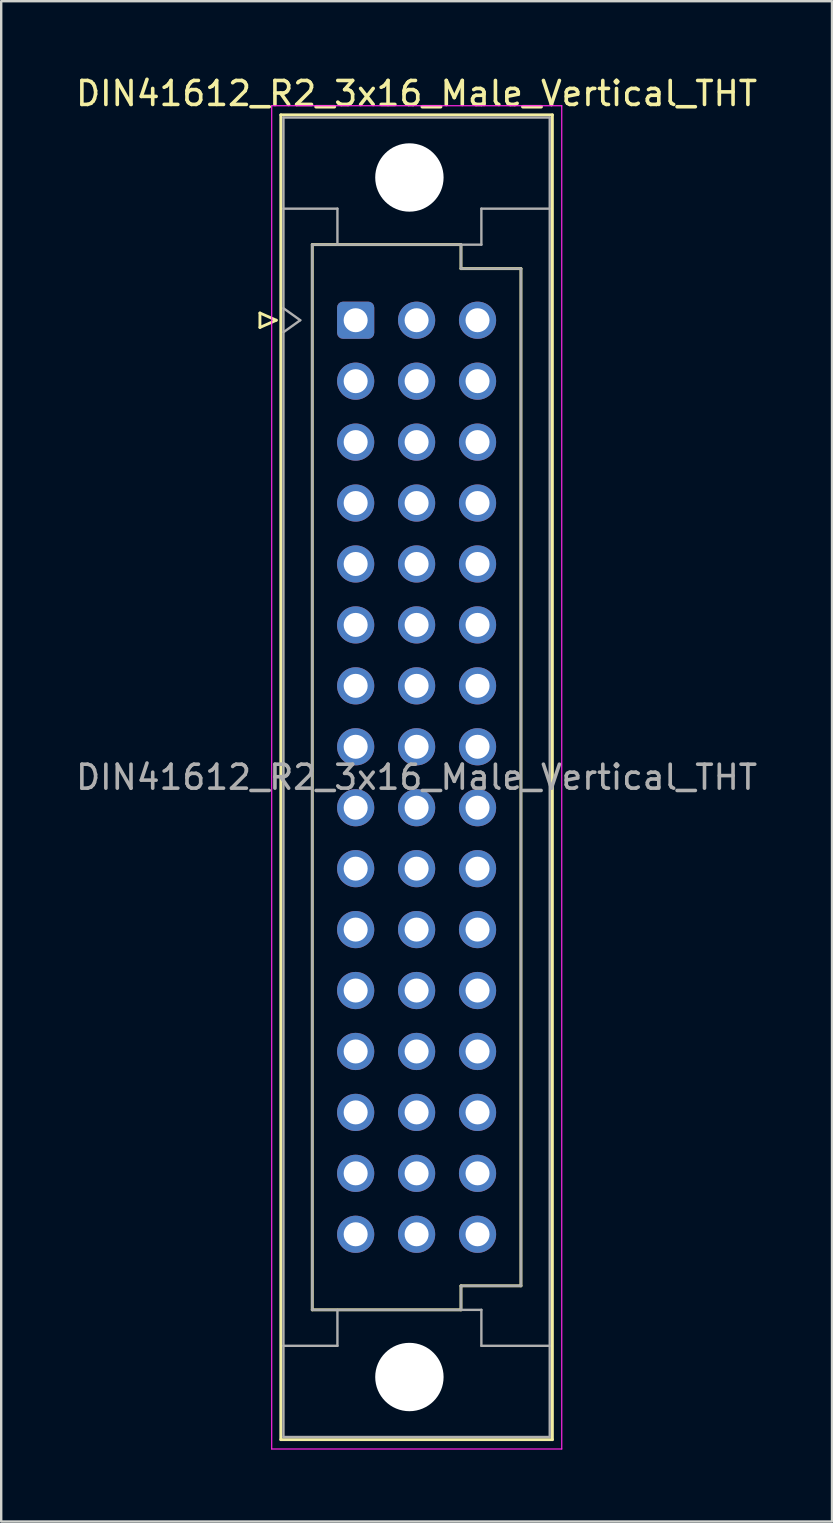
<source format=kicad_pcb>
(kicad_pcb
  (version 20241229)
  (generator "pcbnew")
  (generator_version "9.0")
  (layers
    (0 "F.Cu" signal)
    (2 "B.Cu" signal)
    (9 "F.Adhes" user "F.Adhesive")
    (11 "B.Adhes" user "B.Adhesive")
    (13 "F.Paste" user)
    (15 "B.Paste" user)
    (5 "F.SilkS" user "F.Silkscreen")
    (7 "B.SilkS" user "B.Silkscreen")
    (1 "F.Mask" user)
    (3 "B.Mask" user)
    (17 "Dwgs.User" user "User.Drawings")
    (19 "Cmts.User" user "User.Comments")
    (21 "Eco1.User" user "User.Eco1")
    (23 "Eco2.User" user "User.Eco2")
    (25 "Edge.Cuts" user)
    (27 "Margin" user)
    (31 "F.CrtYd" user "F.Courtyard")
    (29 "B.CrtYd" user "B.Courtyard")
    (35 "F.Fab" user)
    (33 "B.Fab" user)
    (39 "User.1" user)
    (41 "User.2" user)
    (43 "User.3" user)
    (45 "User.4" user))
  (footprint "DIN41612_R2_3x16_Male_Vertical_THT"
    (layer "F.Cu")
    (at 11.775 10.298)
    (property "Reference" "DIN41612_R2_3x16_Male_Vertical_THT" (at 2.54 -9.45 0) (layer "F.SilkS") (effects (font (size 1 1) (thickness 0.15))))
    (attr through_hole)
    (fp_line (start -3.99 -0.3) (end -3.99 0.3) (stroke (width 0.12) (type solid)) (layer "F.SilkS"))
    (fp_line (start -3.99 0.3) (end -3.31 0) (stroke (width 0.12) (type solid)) (layer "F.SilkS"))
    (fp_line (start -3.31 0) (end -3.99 -0.3) (stroke (width 0.12) (type solid)) (layer "F.SilkS"))
    (fp_line (start -3.12 -8.56) (end 8.2 -8.56) (stroke (width 0.12) (type solid)) (layer "F.SilkS"))
    (fp_line (start -3.12 46.66) (end -3.12 -8.56) (stroke (width 0.12) (type solid)) (layer "F.SilkS"))
    (fp_line (start -1.81 -3.15) (end 4.39 -3.15) (stroke (width 0.12) (type solid)) (layer "F.SilkS"))
    (fp_line (start -1.81 41.25) (end -1.81 -3.15) (stroke (width 0.12) (type solid)) (layer "F.SilkS"))
    (fp_line (start 4.39 -3.15) (end 4.39 -2.15) (stroke (width 0.12) (type solid)) (layer "F.SilkS"))
    (fp_line (start 4.39 -2.15) (end 6.89 -2.15) (stroke (width 0.12) (type solid)) (layer "F.SilkS"))
    (fp_line (start 4.39 40.25) (end 4.39 41.25) (stroke (width 0.12) (type solid)) (layer "F.SilkS"))
    (fp_line (start 4.39 41.25) (end -1.81 41.25) (stroke (width 0.12) (type solid)) (layer "F.SilkS"))
    (fp_line (start 6.89 -2.15) (end 6.89 40.25) (stroke (width 0.12) (type solid)) (layer "F.SilkS"))
    (fp_line (start 6.89 40.25) (end 4.39 40.25) (stroke (width 0.12) (type solid)) (layer "F.SilkS"))
    (fp_line (start 8.2 -8.56) (end 8.2 46.66) (stroke (width 0.12) (type solid)) (layer "F.SilkS"))
    (fp_line (start 8.2 46.66) (end -3.12 46.66) (stroke (width 0.12) (type solid)) (layer "F.SilkS"))
    (fp_line (start -3.5 -8.94) (end 8.59 -8.94) (stroke (width 0.05) (type solid)) (layer "F.CrtYd"))
    (fp_line (start -3.5 47.05) (end -3.5 -8.94) (stroke (width 0.05) (type solid)) (layer "F.CrtYd"))
    (fp_line (start 8.59 -8.94) (end 8.59 47.05) (stroke (width 0.05) (type solid)) (layer "F.CrtYd"))
    (fp_line (start 8.59 47.05) (end -3.5 47.05) (stroke (width 0.05) (type solid)) (layer "F.CrtYd"))
    (fp_line (start -3.01 -8.45) (end 8.09 -8.45) (stroke (width 0.1) (type solid)) (layer "F.Fab"))
    (fp_line (start -3.01 -4.65) (end -0.76 -4.65) (stroke (width 0.1) (type solid)) (layer "F.Fab"))
    (fp_line (start -3.01 -0.5) (end -2.31 0) (stroke (width 0.1) (type solid)) (layer "F.Fab"))
    (fp_line (start -3.01 42.75) (end -0.76 42.75) (stroke (width 0.1) (type solid)) (layer "F.Fab"))
    (fp_line (start -3.01 46.55) (end -3.01 -8.45) (stroke (width 0.1) (type solid)) (layer "F.Fab"))
    (fp_line (start -2.31 0) (end -3.01 0.5) (stroke (width 0.1) (type solid)) (layer "F.Fab"))
    (fp_line (start -1.81 -3.15) (end 4.39 -3.15) (stroke (width 0.1) (type solid)) (layer "F.Fab"))
    (fp_line (start -1.81 41.25) (end -1.81 -3.15) (stroke (width 0.1) (type solid)) (layer "F.Fab"))
    (fp_line (start -0.76 -4.65) (end -0.76 -3.15) (stroke (width 0.1) (type solid)) (layer "F.Fab"))
    (fp_line (start -0.76 42.75) (end -0.76 41.25) (stroke (width 0.1) (type solid)) (layer "F.Fab"))
    (fp_line (start 4.39 -3.15) (end 4.39 -2.15) (stroke (width 0.1) (type solid)) (layer "F.Fab"))
    (fp_line (start 4.39 -3.15) (end 5.24 -3.15) (stroke (width 0.1) (type solid)) (layer "F.Fab"))
    (fp_line (start 4.39 -2.15) (end 6.89 -2.15) (stroke (width 0.1) (type solid)) (layer "F.Fab"))
    (fp_line (start 4.39 40.25) (end 4.39 41.25) (stroke (width 0.1) (type solid)) (layer "F.Fab"))
    (fp_line (start 4.39 41.25) (end -1.81 41.25) (stroke (width 0.1) (type solid)) (layer "F.Fab"))
    (fp_line (start 4.39 41.25) (end 5.24 41.25) (stroke (width 0.1) (type solid)) (layer "F.Fab"))
    (fp_line (start 5.24 -4.65) (end 8.09 -4.65) (stroke (width 0.1) (type solid)) (layer "F.Fab"))
    (fp_line (start 5.24 -3.15) (end 5.24 -4.65) (stroke (width 0.1) (type solid)) (layer "F.Fab"))
    (fp_line (start 5.24 41.25) (end 5.24 42.75) (stroke (width 0.1) (type solid)) (layer "F.Fab"))
    (fp_line (start 5.24 42.75) (end 8.09 42.75) (stroke (width 0.1) (type solid)) (layer "F.Fab"))
    (fp_line (start 6.89 -2.15) (end 6.89 40.25) (stroke (width 0.1) (type solid)) (layer "F.Fab"))
    (fp_line (start 6.89 40.25) (end 4.39 40.25) (stroke (width 0.1) (type solid)) (layer "F.Fab"))
    (fp_line (start 8.09 -8.45) (end 8.09 46.55) (stroke (width 0.1) (type solid)) (layer "F.Fab"))
    (fp_line (start 8.09 46.55) (end -3.01 46.55) (stroke (width 0.1) (type solid)) (layer "F.Fab"))
    (fp_text user "${REFERENCE}" (at 2.54 19.05 0) (layer "F.Fab") (effects (font (size 1 1) (thickness 0.15))))
    (pad "" np_thru_hole circle (at 2.24 -5.95) (size 2.85 2.85) (drill 2.85) (layers "*.Cu" "*.Mask"))
    (pad "" np_thru_hole circle (at 2.24 44.05) (size 2.85 2.85) (drill 2.85) (layers "*.Cu" "*.Mask"))
    (pad "A1" thru_hole roundrect (at 0 0) (size 1.55 1.55) (drill 1) (layers "*.Cu" "*.Mask") (roundrect_rratio 0.161))
    (pad "A2" thru_hole circle (at 0 2.54) (size 1.55 1.55) (drill 1) (layers "*.Cu" "*.Mask"))
    (pad "A3" thru_hole circle (at 0 5.08) (size 1.55 1.55) (drill 1) (layers "*.Cu" "*.Mask"))
    (pad "A4" thru_hole circle (at 0 7.62) (size 1.55 1.55) (drill 1) (layers "*.Cu" "*.Mask"))
    (pad "A5" thru_hole circle (at 0 10.16) (size 1.55 1.55) (drill 1) (layers "*.Cu" "*.Mask"))
    (pad "A6" thru_hole circle (at 0 12.7) (size 1.55 1.55) (drill 1) (layers "*.Cu" "*.Mask"))
    (pad "A7" thru_hole circle (at 0 15.24) (size 1.55 1.55) (drill 1) (layers "*.Cu" "*.Mask"))
    (pad "A8" thru_hole circle (at 0 17.78) (size 1.55 1.55) (drill 1) (layers "*.Cu" "*.Mask"))
    (pad "A9" thru_hole circle (at 0 20.32) (size 1.55 1.55) (drill 1) (layers "*.Cu" "*.Mask"))
    (pad "A10" thru_hole circle (at 0 22.86) (size 1.55 1.55) (drill 1) (layers "*.Cu" "*.Mask"))
    (pad "A11" thru_hole circle (at 0 25.4) (size 1.55 1.55) (drill 1) (layers "*.Cu" "*.Mask"))
    (pad "A12" thru_hole circle (at 0 27.94) (size 1.55 1.55) (drill 1) (layers "*.Cu" "*.Mask"))
    (pad "A13" thru_hole circle (at 0 30.48) (size 1.55 1.55) (drill 1) (layers "*.Cu" "*.Mask"))
    (pad "A14" thru_hole circle (at 0 33.02) (size 1.55 1.55) (drill 1) (layers "*.Cu" "*.Mask"))
    (pad "A15" thru_hole circle (at 0 35.56) (size 1.55 1.55) (drill 1) (layers "*.Cu" "*.Mask"))
    (pad "A16" thru_hole circle (at 0 38.1) (size 1.55 1.55) (drill 1) (layers "*.Cu" "*.Mask"))
    (pad "B1" thru_hole circle (at 2.54 0) (size 1.55 1.55) (drill 1) (layers "*.Cu" "*.Mask"))
    (pad "B2" thru_hole circle (at 2.54 2.54) (size 1.55 1.55) (drill 1) (layers "*.Cu" "*.Mask"))
    (pad "B3" thru_hole circle (at 2.54 5.08) (size 1.55 1.55) (drill 1) (layers "*.Cu" "*.Mask"))
    (pad "B4" thru_hole circle (at 2.54 7.62) (size 1.55 1.55) (drill 1) (layers "*.Cu" "*.Mask"))
    (pad "B5" thru_hole circle (at 2.54 10.16) (size 1.55 1.55) (drill 1) (layers "*.Cu" "*.Mask"))
    (pad "B6" thru_hole circle (at 2.54 12.7) (size 1.55 1.55) (drill 1) (layers "*.Cu" "*.Mask"))
    (pad "B7" thru_hole circle (at 2.54 15.24) (size 1.55 1.55) (drill 1) (layers "*.Cu" "*.Mask"))
    (pad "B8" thru_hole circle (at 2.54 17.78) (size 1.55 1.55) (drill 1) (layers "*.Cu" "*.Mask"))
    (pad "B9" thru_hole circle (at 2.54 20.32) (size 1.55 1.55) (drill 1) (layers "*.Cu" "*.Mask"))
    (pad "B10" thru_hole circle (at 2.54 22.86) (size 1.55 1.55) (drill 1) (layers "*.Cu" "*.Mask"))
    (pad "B11" thru_hole circle (at 2.54 25.4) (size 1.55 1.55) (drill 1) (layers "*.Cu" "*.Mask"))
    (pad "B12" thru_hole circle (at 2.54 27.94) (size 1.55 1.55) (drill 1) (layers "*.Cu" "*.Mask"))
    (pad "B13" thru_hole circle (at 2.54 30.48) (size 1.55 1.55) (drill 1) (layers "*.Cu" "*.Mask"))
    (pad "B14" thru_hole circle (at 2.54 33.02) (size 1.55 1.55) (drill 1) (layers "*.Cu" "*.Mask"))
    (pad "B15" thru_hole circle (at 2.54 35.56) (size 1.55 1.55) (drill 1) (layers "*.Cu" "*.Mask"))
    (pad "B16" thru_hole circle (at 2.54 38.1) (size 1.55 1.55) (drill 1) (layers "*.Cu" "*.Mask"))
    (pad "C1" thru_hole circle (at 5.08 0) (size 1.55 1.55) (drill 1) (layers "*.Cu" "*.Mask"))
    (pad "C2" thru_hole circle (at 5.08 2.54) (size 1.55 1.55) (drill 1) (layers "*.Cu" "*.Mask"))
    (pad "C3" thru_hole circle (at 5.08 5.08) (size 1.55 1.55) (drill 1) (layers "*.Cu" "*.Mask"))
    (pad "C4" thru_hole circle (at 5.08 7.62) (size 1.55 1.55) (drill 1) (layers "*.Cu" "*.Mask"))
    (pad "C5" thru_hole circle (at 5.08 10.16) (size 1.55 1.55) (drill 1) (layers "*.Cu" "*.Mask"))
    (pad "C6" thru_hole circle (at 5.08 12.7) (size 1.55 1.55) (drill 1) (layers "*.Cu" "*.Mask"))
    (pad "C7" thru_hole circle (at 5.08 15.24) (size 1.55 1.55) (drill 1) (layers "*.Cu" "*.Mask"))
    (pad "C8" thru_hole circle (at 5.08 17.78) (size 1.55 1.55) (drill 1) (layers "*.Cu" "*.Mask"))
    (pad "C9" thru_hole circle (at 5.08 20.32) (size 1.55 1.55) (drill 1) (layers "*.Cu" "*.Mask"))
    (pad "C10" thru_hole circle (at 5.08 22.86) (size 1.55 1.55) (drill 1) (layers "*.Cu" "*.Mask"))
    (pad "C11" thru_hole circle (at 5.08 25.4) (size 1.55 1.55) (drill 1) (layers "*.Cu" "*.Mask"))
    (pad "C12" thru_hole circle (at 5.08 27.94) (size 1.55 1.55) (drill 1) (layers "*.Cu" "*.Mask"))
    (pad "C13" thru_hole circle (at 5.08 30.48) (size 1.55 1.55) (drill 1) (layers "*.Cu" "*.Mask"))
    (pad "C14" thru_hole circle (at 5.08 33.02) (size 1.55 1.55) (drill 1) (layers "*.Cu" "*.Mask"))
    (pad "C15" thru_hole circle (at 5.08 35.56) (size 1.55 1.55) (drill 1) (layers "*.Cu" "*.Mask"))
    (pad "C16" thru_hole circle (at 5.08 38.1) (size 1.55 1.55) (drill 1) (layers "*.Cu" "*.Mask")))
  (gr_rect
    (start -3 -3)
    (end 31.631 60.373)
    (stroke (width 0.1) (type default))
    (fill no)
    (layer "Edge.Cuts")))
</source>
